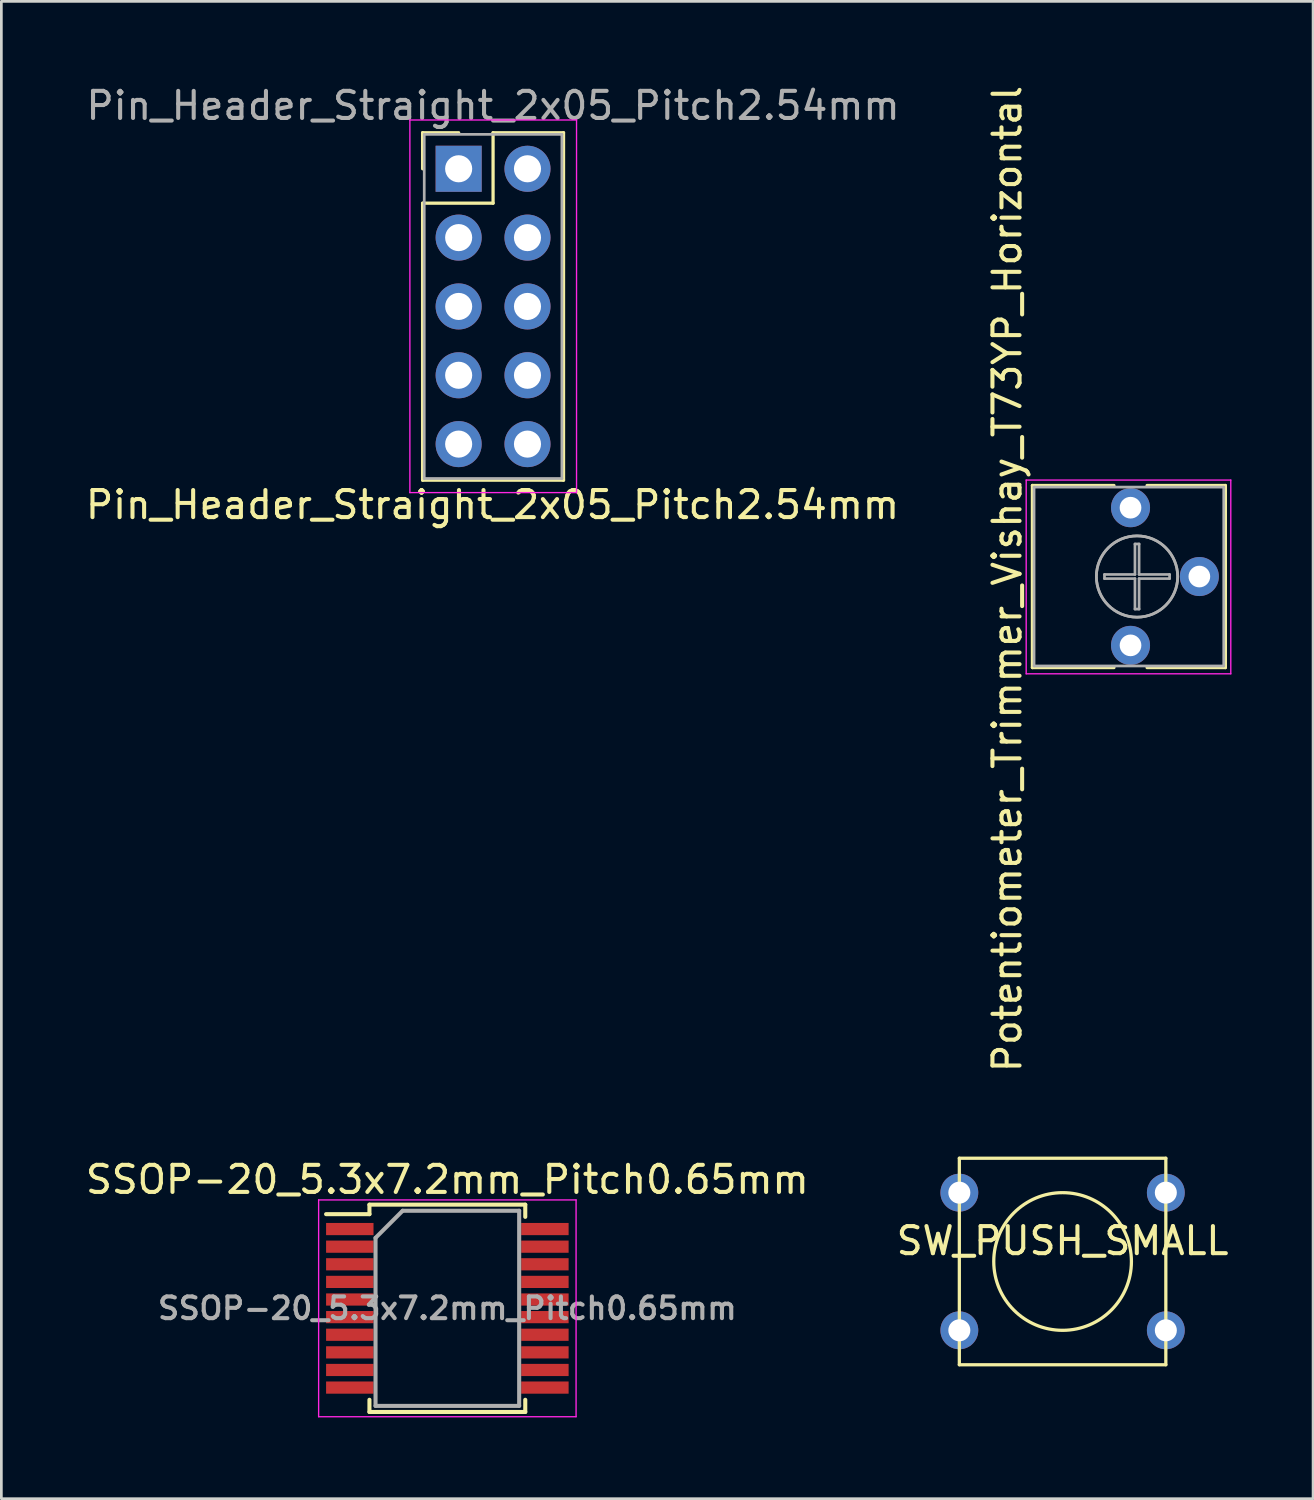
<source format=kicad_pcb>
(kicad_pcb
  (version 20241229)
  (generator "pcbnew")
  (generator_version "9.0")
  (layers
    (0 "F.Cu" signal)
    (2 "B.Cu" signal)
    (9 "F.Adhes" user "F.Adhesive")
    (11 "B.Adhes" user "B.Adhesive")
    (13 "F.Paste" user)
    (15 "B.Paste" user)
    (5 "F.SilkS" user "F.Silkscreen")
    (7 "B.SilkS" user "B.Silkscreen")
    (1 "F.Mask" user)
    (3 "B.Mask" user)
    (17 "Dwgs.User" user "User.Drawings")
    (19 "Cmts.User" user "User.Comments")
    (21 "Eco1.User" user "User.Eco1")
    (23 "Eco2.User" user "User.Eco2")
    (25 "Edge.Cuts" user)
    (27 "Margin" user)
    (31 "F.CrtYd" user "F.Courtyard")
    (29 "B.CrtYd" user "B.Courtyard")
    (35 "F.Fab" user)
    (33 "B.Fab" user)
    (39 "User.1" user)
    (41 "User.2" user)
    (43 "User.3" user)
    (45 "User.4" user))
  (footprint "Potentiometer_Trimmer_Vishay_T73YP_Horizontal"
    (layer "F.Cu")
    (at 38.668 20.765)
    (property "Reference" "Potentiometer_Trimmer_Vishay_T73YP_Horizontal" (at -4.55 -2.45 90) (layer "F.SilkS") (effects (font (size 1 1) (thickness 0.15))))
    (attr through_hole)
    (fp_line (start -3.62 -5.9) (end -3.62 0.82) (stroke (width 0.12) (type solid)) (layer "F.SilkS"))
    (fp_line (start -3.62 -5.9) (end -0.611 -5.9) (stroke (width 0.12) (type solid)) (layer "F.SilkS"))
    (fp_line (start -3.62 0.82) (end -0.611 0.82) (stroke (width 0.12) (type solid)) (layer "F.SilkS"))
    (fp_line (start 0.611 -5.9) (end 3.5 -5.9) (stroke (width 0.12) (type solid)) (layer "F.SilkS"))
    (fp_line (start 0.611 0.82) (end 3.5 0.82) (stroke (width 0.12) (type solid)) (layer "F.SilkS"))
    (fp_line (start 3.5 -5.9) (end 3.5 0.82) (stroke (width 0.12) (type solid)) (layer "F.SilkS"))
    (fp_line (start -3.85 -6.1) (end -3.85 1.05) (stroke (width 0.05) (type solid)) (layer "F.CrtYd"))
    (fp_line (start -3.85 1.05) (end 3.7 1.05) (stroke (width 0.05) (type solid)) (layer "F.CrtYd"))
    (fp_line (start 3.7 -6.1) (end -3.85 -6.1) (stroke (width 0.05) (type solid)) (layer "F.CrtYd"))
    (fp_line (start 3.7 1.05) (end 3.7 -6.1) (stroke (width 0.05) (type solid)) (layer "F.CrtYd"))
    (fp_line (start -3.56 -5.84) (end -3.56 0.76) (stroke (width 0.1) (type solid)) (layer "F.Fab"))
    (fp_line (start -3.56 0.76) (end 3.44 0.76) (stroke (width 0.1) (type solid)) (layer "F.Fab"))
    (fp_line (start -0.961 -2.616) (end 0.164 -2.616) (stroke (width 0.1) (type solid)) (layer "F.Fab"))
    (fp_line (start -0.961 -2.464) (end -0.961 -2.616) (stroke (width 0.1) (type solid)) (layer "F.Fab"))
    (fp_line (start 0.164 -3.741) (end 0.316 -3.741) (stroke (width 0.1) (type solid)) (layer "F.Fab"))
    (fp_line (start 0.164 -2.616) (end 0.164 -3.741) (stroke (width 0.1) (type solid)) (layer "F.Fab"))
    (fp_line (start 0.164 -2.464) (end -0.961 -2.464) (stroke (width 0.1) (type solid)) (layer "F.Fab"))
    (fp_line (start 0.164 -1.339) (end 0.164 -2.464) (stroke (width 0.1) (type solid)) (layer "F.Fab"))
    (fp_line (start 0.316 -3.741) (end 0.316 -2.616) (stroke (width 0.1) (type solid)) (layer "F.Fab"))
    (fp_line (start 0.316 -2.616) (end 1.441 -2.616) (stroke (width 0.1) (type solid)) (layer "F.Fab"))
    (fp_line (start 0.316 -2.464) (end 0.316 -1.339) (stroke (width 0.1) (type solid)) (layer "F.Fab"))
    (fp_line (start 0.316 -1.339) (end 0.164 -1.339) (stroke (width 0.1) (type solid)) (layer "F.Fab"))
    (fp_line (start 1.441 -2.616) (end 1.441 -2.464) (stroke (width 0.1) (type solid)) (layer "F.Fab"))
    (fp_line (start 1.441 -2.464) (end 0.316 -2.464) (stroke (width 0.1) (type solid)) (layer "F.Fab"))
    (fp_line (start 3.44 -5.84) (end -3.56 -5.84) (stroke (width 0.1) (type solid)) (layer "F.Fab"))
    (fp_line (start 3.44 0.76) (end 3.44 -5.84) (stroke (width 0.1) (type solid)) (layer "F.Fab"))
    (fp_circle (center 0.24 -2.54) (end 1.74 -2.54) (stroke (width 0.1) (type solid)) (fill no) (layer "F.Fab"))
    (fp_circle (center 0.24 -2.54) (end 1.74 -2.54) (stroke (width 0.1) (type solid)) (fill no) (layer "F.Fab"))
    (pad "1" thru_hole circle (at 0 0) (size 1.44 1.44) (drill 0.8) (layers "*.Cu" "*.Mask"))
    (pad "2" thru_hole circle (at 2.54 -2.54) (size 1.44 1.44) (drill 0.8) (layers "*.Cu" "*.Mask"))
    (pad "3" thru_hole circle (at 0 -5.08) (size 1.44 1.44) (drill 0.8) (layers "*.Cu" "*.Mask")))
  (footprint "SSOP-20_5.3x7.2mm_Pitch0.65mm"
    (layer "F.Cu")
    (at 13.458 45.229)
    (property "Reference" "SSOP-20_5.3x7.2mm_Pitch0.65mm" (at 0 -4.75 0) (layer "F.SilkS") (effects (font (size 1 1) (thickness 0.15))))
    (attr smd)
    (fp_line (start -2.875 -3.825) (end -2.875 -3.475) (stroke (width 0.15) (type solid)) (layer "F.SilkS"))
    (fp_line (start -2.875 -3.825) (end 2.875 -3.825) (stroke (width 0.15) (type solid)) (layer "F.SilkS"))
    (fp_line (start -2.875 -3.475) (end -4.475 -3.475) (stroke (width 0.15) (type solid)) (layer "F.SilkS"))
    (fp_line (start -2.875 3.825) (end -2.875 3.375) (stroke (width 0.15) (type solid)) (layer "F.SilkS"))
    (fp_line (start -2.875 3.825) (end 2.875 3.825) (stroke (width 0.15) (type solid)) (layer "F.SilkS"))
    (fp_line (start 2.875 -3.825) (end 2.875 -3.375) (stroke (width 0.15) (type solid)) (layer "F.SilkS"))
    (fp_line (start 2.875 3.825) (end 2.875 3.375) (stroke (width 0.15) (type solid)) (layer "F.SilkS"))
    (fp_line (start -4.75 -4) (end -4.75 4) (stroke (width 0.05) (type solid)) (layer "F.CrtYd"))
    (fp_line (start -4.75 -4) (end 4.75 -4) (stroke (width 0.05) (type solid)) (layer "F.CrtYd"))
    (fp_line (start -4.75 4) (end 4.75 4) (stroke (width 0.05) (type solid)) (layer "F.CrtYd"))
    (fp_line (start 4.75 -4) (end 4.75 4) (stroke (width 0.05) (type solid)) (layer "F.CrtYd"))
    (fp_line (start -2.65 -2.6) (end -1.65 -3.6) (stroke (width 0.15) (type solid)) (layer "F.Fab"))
    (fp_line (start -2.65 3.6) (end -2.65 -2.6) (stroke (width 0.15) (type solid)) (layer "F.Fab"))
    (fp_line (start -1.65 -3.6) (end 2.65 -3.6) (stroke (width 0.15) (type solid)) (layer "F.Fab"))
    (fp_line (start 2.65 -3.6) (end 2.65 3.6) (stroke (width 0.15) (type solid)) (layer "F.Fab"))
    (fp_line (start 2.65 3.6) (end -2.65 3.6) (stroke (width 0.15) (type solid)) (layer "F.Fab"))
    (fp_text user "${REFERENCE}" (at 0 0 0) (layer "F.Fab") (effects (font (size 0.8 0.8) (thickness 0.15))))
    (pad "1" smd rect (at -3.6 -2.925) (size 1.75 0.45) (layers "F.Cu" "F.Mask" "F.Paste"))
    (pad "2" smd rect (at -3.6 -2.275) (size 1.75 0.45) (layers "F.Cu" "F.Mask" "F.Paste"))
    (pad "3" smd rect (at -3.6 -1.625) (size 1.75 0.45) (layers "F.Cu" "F.Mask" "F.Paste"))
    (pad "4" smd rect (at -3.6 -0.975) (size 1.75 0.45) (layers "F.Cu" "F.Mask" "F.Paste"))
    (pad "5" smd rect (at -3.6 -0.325) (size 1.75 0.45) (layers "F.Cu" "F.Mask" "F.Paste"))
    (pad "6" smd rect (at -3.6 0.325) (size 1.75 0.45) (layers "F.Cu" "F.Mask" "F.Paste"))
    (pad "7" smd rect (at -3.6 0.975) (size 1.75 0.45) (layers "F.Cu" "F.Mask" "F.Paste"))
    (pad "8" smd rect (at -3.6 1.625) (size 1.75 0.45) (layers "F.Cu" "F.Mask" "F.Paste"))
    (pad "9" smd rect (at -3.6 2.275) (size 1.75 0.45) (layers "F.Cu" "F.Mask" "F.Paste"))
    (pad "10" smd rect (at -3.6 2.925) (size 1.75 0.45) (layers "F.Cu" "F.Mask" "F.Paste"))
    (pad "11" smd rect (at 3.6 2.925) (size 1.75 0.45) (layers "F.Cu" "F.Mask" "F.Paste"))
    (pad "12" smd rect (at 3.6 2.275) (size 1.75 0.45) (layers "F.Cu" "F.Mask" "F.Paste"))
    (pad "13" smd rect (at 3.6 1.625) (size 1.75 0.45) (layers "F.Cu" "F.Mask" "F.Paste"))
    (pad "14" smd rect (at 3.6 0.975) (size 1.75 0.45) (layers "F.Cu" "F.Mask" "F.Paste"))
    (pad "15" smd rect (at 3.6 0.325) (size 1.75 0.45) (layers "F.Cu" "F.Mask" "F.Paste"))
    (pad "16" smd rect (at 3.6 -0.325) (size 1.75 0.45) (layers "F.Cu" "F.Mask" "F.Paste"))
    (pad "17" smd rect (at 3.6 -0.975) (size 1.75 0.45) (layers "F.Cu" "F.Mask" "F.Paste"))
    (pad "18" smd rect (at 3.6 -1.625) (size 1.75 0.45) (layers "F.Cu" "F.Mask" "F.Paste"))
    (pad "19" smd rect (at 3.6 -2.275) (size 1.75 0.45) (layers "F.Cu" "F.Mask" "F.Paste"))
    (pad "20" smd rect (at 3.6 -2.925) (size 1.75 0.45) (layers "F.Cu" "F.Mask" "F.Paste")))
  (footprint "Pin_Header_Straight_2x05_Pitch2.54mm"
    (layer "F.Cu")
    (at 13.875 3.178)
    (property "Reference" "Pin_Header_Straight_2x05_Pitch2.54mm" (at 1.25 12.4 0) (layer "F.SilkS") (effects (font (size 1 1) (thickness 0.15))))
    (attr through_hole)
    (fp_line (start -1.33 -1.33) (end 0 -1.33) (stroke (width 0.12) (type solid)) (layer "F.SilkS"))
    (fp_line (start -1.33 0) (end -1.33 -1.33) (stroke (width 0.12) (type solid)) (layer "F.SilkS"))
    (fp_line (start -1.33 1.27) (end -1.33 11.49) (stroke (width 0.12) (type solid)) (layer "F.SilkS"))
    (fp_line (start -1.33 11.49) (end 3.87 11.49) (stroke (width 0.12) (type solid)) (layer "F.SilkS"))
    (fp_line (start 1.27 -1.33) (end 1.27 1.27) (stroke (width 0.12) (type solid)) (layer "F.SilkS"))
    (fp_line (start 1.27 1.27) (end -1.33 1.27) (stroke (width 0.12) (type solid)) (layer "F.SilkS"))
    (fp_line (start 3.87 -1.33) (end 1.27 -1.33) (stroke (width 0.12) (type solid)) (layer "F.SilkS"))
    (fp_line (start 3.87 11.49) (end 3.87 -1.33) (stroke (width 0.12) (type solid)) (layer "F.SilkS"))
    (fp_line (start -1.8 -1.8) (end -1.8 11.95) (stroke (width 0.05) (type solid)) (layer "F.CrtYd"))
    (fp_line (start -1.8 11.95) (end 4.35 11.95) (stroke (width 0.05) (type solid)) (layer "F.CrtYd"))
    (fp_line (start 4.35 -1.8) (end -1.8 -1.8) (stroke (width 0.05) (type solid)) (layer "F.CrtYd"))
    (fp_line (start 4.35 11.95) (end 4.35 -1.8) (stroke (width 0.05) (type solid)) (layer "F.CrtYd"))
    (fp_line (start -1.27 -1.27) (end -1.27 11.43) (stroke (width 0.1) (type solid)) (layer "F.Fab"))
    (fp_line (start -1.27 11.43) (end 3.81 11.43) (stroke (width 0.1) (type solid)) (layer "F.Fab"))
    (fp_line (start 3.81 -1.27) (end -1.27 -1.27) (stroke (width 0.1) (type solid)) (layer "F.Fab"))
    (fp_line (start 3.81 11.43) (end 3.81 -1.27) (stroke (width 0.1) (type solid)) (layer "F.Fab"))
    (fp_text user "${REFERENCE}" (at 1.27 -2.33 0) (layer "F.Fab") (effects (font (size 1 1) (thickness 0.15))))
    (pad "1" thru_hole rect (at 0 0) (size 1.7 1.7) (drill 1) (layers "*.Cu" "*.Mask"))
    (pad "2" thru_hole oval (at 2.54 0) (size 1.7 1.7) (drill 1) (layers "*.Cu" "*.Mask"))
    (pad "3" thru_hole oval (at 0 2.54) (size 1.7 1.7) (drill 1) (layers "*.Cu" "*.Mask"))
    (pad "4" thru_hole oval (at 2.54 2.54) (size 1.7 1.7) (drill 1) (layers "*.Cu" "*.Mask"))
    (pad "5" thru_hole oval (at 0 5.08) (size 1.7 1.7) (drill 1) (layers "*.Cu" "*.Mask"))
    (pad "6" thru_hole oval (at 2.54 5.08) (size 1.7 1.7) (drill 1) (layers "*.Cu" "*.Mask"))
    (pad "7" thru_hole oval (at 0 7.62) (size 1.7 1.7) (drill 1) (layers "*.Cu" "*.Mask"))
    (pad "8" thru_hole oval (at 2.54 7.62) (size 1.7 1.7) (drill 1) (layers "*.Cu" "*.Mask"))
    (pad "9" thru_hole oval (at 0 10.16) (size 1.7 1.7) (drill 1) (layers "*.Cu" "*.Mask"))
    (pad "10" thru_hole oval (at 2.54 10.16) (size 1.7 1.7) (drill 1) (layers "*.Cu" "*.Mask")))
  (footprint "SW_PUSH_SMALL"
    (layer "F.Cu")
    (at 36.161 43.501)
    (property "Reference" "SW_PUSH_SMALL" (at 0 -0.762 0) (layer "F.SilkS") (effects (font (size 1 1) (thickness 0.15))))
    (attr through_hole)
    (fp_line (start -3.81 -3.81) (end -3.81 3.81) (stroke (width 0.12) (type solid)) (layer "F.SilkS"))
    (fp_line (start -3.81 -3.81) (end 3.81 -3.81) (stroke (width 0.12) (type solid)) (layer "F.SilkS"))
    (fp_line (start 3.81 -3.81) (end 3.81 3.81) (stroke (width 0.12) (type solid)) (layer "F.SilkS"))
    (fp_line (start 3.81 3.81) (end -3.81 3.81) (stroke (width 0.12) (type solid)) (layer "F.SilkS"))
    (fp_circle (center 0 0) (end 0 -2.54) (stroke (width 0.12) (type solid)) (fill no) (layer "F.SilkS"))
    (pad "1" thru_hole circle (at -3.81 -2.54) (size 1.397 1.397) (drill 0.813) (layers "*.Cu" "*.Mask"))
    (pad "1" thru_hole circle (at 3.81 -2.54) (size 1.397 1.397) (drill 0.813) (layers "*.Cu" "*.Mask"))
    (pad "2" thru_hole circle (at -3.81 2.54) (size 1.397 1.397) (drill 0.813) (layers "*.Cu" "*.Mask"))
    (pad "2" thru_hole circle (at 3.81 2.54) (size 1.397 1.397) (drill 0.813) (layers "*.Cu" "*.Mask")))
  (gr_rect
    (start -3 -3)
    (end 45.405 52.254)
    (stroke (width 0.1) (type default))
    (fill no)
    (layer "Edge.Cuts")))
</source>
